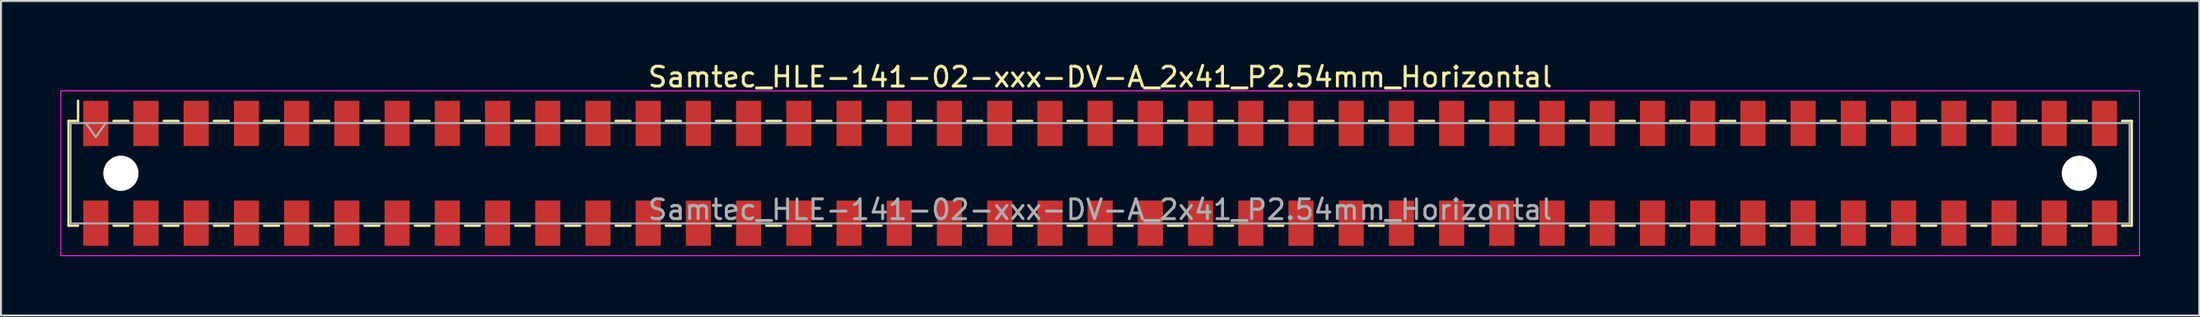
<source format=kicad_pcb>
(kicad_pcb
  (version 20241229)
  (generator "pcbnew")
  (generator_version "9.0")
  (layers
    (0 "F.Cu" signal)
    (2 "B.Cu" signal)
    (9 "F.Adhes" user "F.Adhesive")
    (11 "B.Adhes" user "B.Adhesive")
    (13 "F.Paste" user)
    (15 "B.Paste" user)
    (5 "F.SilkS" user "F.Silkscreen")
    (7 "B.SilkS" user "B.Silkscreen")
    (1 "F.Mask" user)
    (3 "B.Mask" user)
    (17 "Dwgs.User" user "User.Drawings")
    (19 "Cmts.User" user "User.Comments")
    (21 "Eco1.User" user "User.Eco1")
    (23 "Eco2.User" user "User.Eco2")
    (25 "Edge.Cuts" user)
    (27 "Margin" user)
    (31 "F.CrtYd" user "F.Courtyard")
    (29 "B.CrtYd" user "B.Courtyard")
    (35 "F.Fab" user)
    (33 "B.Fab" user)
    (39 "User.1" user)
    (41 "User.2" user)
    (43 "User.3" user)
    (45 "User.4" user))
  (footprint "Samtec_HLE-141-02-xxx-DV-A_2x41_P2.54mm_Horizontal"
    (layer "F.Cu")
    (at 52.595 5.718)
    (property "Reference" "Samtec_HLE-141-02-xxx-DV-A_2x41_P2.54mm_Horizontal" (at 0 -4.87 0) (layer "F.SilkS") (effects (font (size 1 1) (thickness 0.15))))
    (attr smd)
    (fp_line (start -52.18 -2.65) (end -52.18 2.65) (stroke (width 0.12) (type solid)) (layer "F.SilkS"))
    (fp_line (start -52.18 2.65) (end -51.695 2.65) (stroke (width 0.12) (type solid)) (layer "F.SilkS"))
    (fp_line (start -51.695 -3.67) (end -51.695 -2.65) (stroke (width 0.12) (type solid)) (layer "F.SilkS"))
    (fp_line (start -51.695 -2.65) (end -52.18 -2.65) (stroke (width 0.12) (type solid)) (layer "F.SilkS"))
    (fp_line (start -49.905 -2.65) (end -49.155 -2.65) (stroke (width 0.12) (type solid)) (layer "F.SilkS"))
    (fp_line (start -49.905 2.65) (end -49.155 2.65) (stroke (width 0.12) (type solid)) (layer "F.SilkS"))
    (fp_line (start -47.365 -2.65) (end -46.615 -2.65) (stroke (width 0.12) (type solid)) (layer "F.SilkS"))
    (fp_line (start -47.365 2.65) (end -46.615 2.65) (stroke (width 0.12) (type solid)) (layer "F.SilkS"))
    (fp_line (start -44.825 -2.65) (end -44.075 -2.65) (stroke (width 0.12) (type solid)) (layer "F.SilkS"))
    (fp_line (start -44.825 2.65) (end -44.075 2.65) (stroke (width 0.12) (type solid)) (layer "F.SilkS"))
    (fp_line (start -42.285 -2.65) (end -41.535 -2.65) (stroke (width 0.12) (type solid)) (layer "F.SilkS"))
    (fp_line (start -42.285 2.65) (end -41.535 2.65) (stroke (width 0.12) (type solid)) (layer "F.SilkS"))
    (fp_line (start -39.745 -2.65) (end -38.995 -2.65) (stroke (width 0.12) (type solid)) (layer "F.SilkS"))
    (fp_line (start -39.745 2.65) (end -38.995 2.65) (stroke (width 0.12) (type solid)) (layer "F.SilkS"))
    (fp_line (start -37.205 -2.65) (end -36.455 -2.65) (stroke (width 0.12) (type solid)) (layer "F.SilkS"))
    (fp_line (start -37.205 2.65) (end -36.455 2.65) (stroke (width 0.12) (type solid)) (layer "F.SilkS"))
    (fp_line (start -34.665 -2.65) (end -33.915 -2.65) (stroke (width 0.12) (type solid)) (layer "F.SilkS"))
    (fp_line (start -34.665 2.65) (end -33.915 2.65) (stroke (width 0.12) (type solid)) (layer "F.SilkS"))
    (fp_line (start -32.125 -2.65) (end -31.375 -2.65) (stroke (width 0.12) (type solid)) (layer "F.SilkS"))
    (fp_line (start -32.125 2.65) (end -31.375 2.65) (stroke (width 0.12) (type solid)) (layer "F.SilkS"))
    (fp_line (start -29.585 -2.65) (end -28.835 -2.65) (stroke (width 0.12) (type solid)) (layer "F.SilkS"))
    (fp_line (start -29.585 2.65) (end -28.835 2.65) (stroke (width 0.12) (type solid)) (layer "F.SilkS"))
    (fp_line (start -27.045 -2.65) (end -26.295 -2.65) (stroke (width 0.12) (type solid)) (layer "F.SilkS"))
    (fp_line (start -27.045 2.65) (end -26.295 2.65) (stroke (width 0.12) (type solid)) (layer "F.SilkS"))
    (fp_line (start -24.505 -2.65) (end -23.755 -2.65) (stroke (width 0.12) (type solid)) (layer "F.SilkS"))
    (fp_line (start -24.505 2.65) (end -23.755 2.65) (stroke (width 0.12) (type solid)) (layer "F.SilkS"))
    (fp_line (start -21.965 -2.65) (end -21.215 -2.65) (stroke (width 0.12) (type solid)) (layer "F.SilkS"))
    (fp_line (start -21.965 2.65) (end -21.215 2.65) (stroke (width 0.12) (type solid)) (layer "F.SilkS"))
    (fp_line (start -19.425 -2.65) (end -18.675 -2.65) (stroke (width 0.12) (type solid)) (layer "F.SilkS"))
    (fp_line (start -19.425 2.65) (end -18.675 2.65) (stroke (width 0.12) (type solid)) (layer "F.SilkS"))
    (fp_line (start -16.885 -2.65) (end -16.135 -2.65) (stroke (width 0.12) (type solid)) (layer "F.SilkS"))
    (fp_line (start -16.885 2.65) (end -16.135 2.65) (stroke (width 0.12) (type solid)) (layer "F.SilkS"))
    (fp_line (start -14.345 -2.65) (end -13.595 -2.65) (stroke (width 0.12) (type solid)) (layer "F.SilkS"))
    (fp_line (start -14.345 2.65) (end -13.595 2.65) (stroke (width 0.12) (type solid)) (layer "F.SilkS"))
    (fp_line (start -11.805 -2.65) (end -11.055 -2.65) (stroke (width 0.12) (type solid)) (layer "F.SilkS"))
    (fp_line (start -11.805 2.65) (end -11.055 2.65) (stroke (width 0.12) (type solid)) (layer "F.SilkS"))
    (fp_line (start -9.265 -2.65) (end -8.515 -2.65) (stroke (width 0.12) (type solid)) (layer "F.SilkS"))
    (fp_line (start -9.265 2.65) (end -8.515 2.65) (stroke (width 0.12) (type solid)) (layer "F.SilkS"))
    (fp_line (start -6.725 -2.65) (end -5.975 -2.65) (stroke (width 0.12) (type solid)) (layer "F.SilkS"))
    (fp_line (start -6.725 2.65) (end -5.975 2.65) (stroke (width 0.12) (type solid)) (layer "F.SilkS"))
    (fp_line (start -4.185 -2.65) (end -3.435 -2.65) (stroke (width 0.12) (type solid)) (layer "F.SilkS"))
    (fp_line (start -4.185 2.65) (end -3.435 2.65) (stroke (width 0.12) (type solid)) (layer "F.SilkS"))
    (fp_line (start -1.645 -2.65) (end -0.895 -2.65) (stroke (width 0.12) (type solid)) (layer "F.SilkS"))
    (fp_line (start -1.645 2.65) (end -0.895 2.65) (stroke (width 0.12) (type solid)) (layer "F.SilkS"))
    (fp_line (start 0.895 -2.65) (end 1.645 -2.65) (stroke (width 0.12) (type solid)) (layer "F.SilkS"))
    (fp_line (start 0.895 2.65) (end 1.645 2.65) (stroke (width 0.12) (type solid)) (layer "F.SilkS"))
    (fp_line (start 3.435 -2.65) (end 4.185 -2.65) (stroke (width 0.12) (type solid)) (layer "F.SilkS"))
    (fp_line (start 3.435 2.65) (end 4.185 2.65) (stroke (width 0.12) (type solid)) (layer "F.SilkS"))
    (fp_line (start 5.975 -2.65) (end 6.725 -2.65) (stroke (width 0.12) (type solid)) (layer "F.SilkS"))
    (fp_line (start 5.975 2.65) (end 6.725 2.65) (stroke (width 0.12) (type solid)) (layer "F.SilkS"))
    (fp_line (start 8.515 -2.65) (end 9.265 -2.65) (stroke (width 0.12) (type solid)) (layer "F.SilkS"))
    (fp_line (start 8.515 2.65) (end 9.265 2.65) (stroke (width 0.12) (type solid)) (layer "F.SilkS"))
    (fp_line (start 11.055 -2.65) (end 11.805 -2.65) (stroke (width 0.12) (type solid)) (layer "F.SilkS"))
    (fp_line (start 11.055 2.65) (end 11.805 2.65) (stroke (width 0.12) (type solid)) (layer "F.SilkS"))
    (fp_line (start 13.595 -2.65) (end 14.345 -2.65) (stroke (width 0.12) (type solid)) (layer "F.SilkS"))
    (fp_line (start 13.595 2.65) (end 14.345 2.65) (stroke (width 0.12) (type solid)) (layer "F.SilkS"))
    (fp_line (start 16.135 -2.65) (end 16.885 -2.65) (stroke (width 0.12) (type solid)) (layer "F.SilkS"))
    (fp_line (start 16.135 2.65) (end 16.885 2.65) (stroke (width 0.12) (type solid)) (layer "F.SilkS"))
    (fp_line (start 18.675 -2.65) (end 19.425 -2.65) (stroke (width 0.12) (type solid)) (layer "F.SilkS"))
    (fp_line (start 18.675 2.65) (end 19.425 2.65) (stroke (width 0.12) (type solid)) (layer "F.SilkS"))
    (fp_line (start 21.215 -2.65) (end 21.965 -2.65) (stroke (width 0.12) (type solid)) (layer "F.SilkS"))
    (fp_line (start 21.215 2.65) (end 21.965 2.65) (stroke (width 0.12) (type solid)) (layer "F.SilkS"))
    (fp_line (start 23.755 -2.65) (end 24.505 -2.65) (stroke (width 0.12) (type solid)) (layer "F.SilkS"))
    (fp_line (start 23.755 2.65) (end 24.505 2.65) (stroke (width 0.12) (type solid)) (layer "F.SilkS"))
    (fp_line (start 26.295 -2.65) (end 27.045 -2.65) (stroke (width 0.12) (type solid)) (layer "F.SilkS"))
    (fp_line (start 26.295 2.65) (end 27.045 2.65) (stroke (width 0.12) (type solid)) (layer "F.SilkS"))
    (fp_line (start 28.835 -2.65) (end 29.585 -2.65) (stroke (width 0.12) (type solid)) (layer "F.SilkS"))
    (fp_line (start 28.835 2.65) (end 29.585 2.65) (stroke (width 0.12) (type solid)) (layer "F.SilkS"))
    (fp_line (start 31.375 -2.65) (end 32.125 -2.65) (stroke (width 0.12) (type solid)) (layer "F.SilkS"))
    (fp_line (start 31.375 2.65) (end 32.125 2.65) (stroke (width 0.12) (type solid)) (layer "F.SilkS"))
    (fp_line (start 33.915 -2.65) (end 34.665 -2.65) (stroke (width 0.12) (type solid)) (layer "F.SilkS"))
    (fp_line (start 33.915 2.65) (end 34.665 2.65) (stroke (width 0.12) (type solid)) (layer "F.SilkS"))
    (fp_line (start 36.455 -2.65) (end 37.205 -2.65) (stroke (width 0.12) (type solid)) (layer "F.SilkS"))
    (fp_line (start 36.455 2.65) (end 37.205 2.65) (stroke (width 0.12) (type solid)) (layer "F.SilkS"))
    (fp_line (start 38.995 -2.65) (end 39.745 -2.65) (stroke (width 0.12) (type solid)) (layer "F.SilkS"))
    (fp_line (start 38.995 2.65) (end 39.745 2.65) (stroke (width 0.12) (type solid)) (layer "F.SilkS"))
    (fp_line (start 41.535 -2.65) (end 42.285 -2.65) (stroke (width 0.12) (type solid)) (layer "F.SilkS"))
    (fp_line (start 41.535 2.65) (end 42.285 2.65) (stroke (width 0.12) (type solid)) (layer "F.SilkS"))
    (fp_line (start 44.075 -2.65) (end 44.825 -2.65) (stroke (width 0.12) (type solid)) (layer "F.SilkS"))
    (fp_line (start 44.075 2.65) (end 44.825 2.65) (stroke (width 0.12) (type solid)) (layer "F.SilkS"))
    (fp_line (start 46.615 -2.65) (end 47.365 -2.65) (stroke (width 0.12) (type solid)) (layer "F.SilkS"))
    (fp_line (start 46.615 2.65) (end 47.365 2.65) (stroke (width 0.12) (type solid)) (layer "F.SilkS"))
    (fp_line (start 49.155 -2.65) (end 49.905 -2.65) (stroke (width 0.12) (type solid)) (layer "F.SilkS"))
    (fp_line (start 49.155 2.65) (end 49.905 2.65) (stroke (width 0.12) (type solid)) (layer "F.SilkS"))
    (fp_line (start 51.695 -2.65) (end 52.18 -2.65) (stroke (width 0.12) (type solid)) (layer "F.SilkS"))
    (fp_line (start 52.18 -2.65) (end 52.18 2.65) (stroke (width 0.12) (type solid)) (layer "F.SilkS"))
    (fp_line (start 52.18 2.65) (end 51.695 2.65) (stroke (width 0.12) (type solid)) (layer "F.SilkS"))
    (fp_line (start -52.57 -4.17) (end 52.57 -4.17) (stroke (width 0.05) (type solid)) (layer "F.CrtYd"))
    (fp_line (start -52.57 4.17) (end -52.57 -4.17) (stroke (width 0.05) (type solid)) (layer "F.CrtYd"))
    (fp_line (start 52.57 -4.17) (end 52.57 4.17) (stroke (width 0.05) (type solid)) (layer "F.CrtYd"))
    (fp_line (start 52.57 4.17) (end -52.57 4.17) (stroke (width 0.05) (type solid)) (layer "F.CrtYd"))
    (fp_line (start -52.07 -2.54) (end 52.07 -2.54) (stroke (width 0.1) (type solid)) (layer "F.Fab"))
    (fp_line (start -52.07 2.54) (end -52.07 -2.54) (stroke (width 0.1) (type solid)) (layer "F.Fab"))
    (fp_line (start -51.3 -2.54) (end -50.8 -1.833) (stroke (width 0.1) (type solid)) (layer "F.Fab"))
    (fp_line (start -50.8 -1.833) (end -50.3 -2.54) (stroke (width 0.1) (type solid)) (layer "F.Fab"))
    (fp_line (start 52.07 -2.54) (end 52.07 2.54) (stroke (width 0.1) (type solid)) (layer "F.Fab"))
    (fp_line (start 52.07 2.54) (end -52.07 2.54) (stroke (width 0.1) (type solid)) (layer "F.Fab"))
    (fp_text user "${REFERENCE}" (at 0 1.84 0) (layer "F.Fab") (effects (font (size 1 1) (thickness 0.15))))
    (pad "" np_thru_hole circle (at -49.53 0) (size 1.78 1.78) (drill 1.78) (layers "*.Cu" "*.Mask"))
    (pad "" np_thru_hole circle (at 49.53 0) (size 1.78 1.78) (drill 1.78) (layers "*.Cu" "*.Mask"))
    (pad "1" smd rect (at -50.8 -2.525) (size 1.27 2.29) (layers "F.Cu" "F.Mask" "F.Paste"))
    (pad "2" smd rect (at -50.8 2.525) (size 1.27 2.29) (layers "F.Cu" "F.Mask" "F.Paste"))
    (pad "3" smd rect (at -48.26 -2.525) (size 1.27 2.29) (layers "F.Cu" "F.Mask" "F.Paste"))
    (pad "4" smd rect (at -48.26 2.525) (size 1.27 2.29) (layers "F.Cu" "F.Mask" "F.Paste"))
    (pad "5" smd rect (at -45.72 -2.525) (size 1.27 2.29) (layers "F.Cu" "F.Mask" "F.Paste"))
    (pad "6" smd rect (at -45.72 2.525) (size 1.27 2.29) (layers "F.Cu" "F.Mask" "F.Paste"))
    (pad "7" smd rect (at -43.18 -2.525) (size 1.27 2.29) (layers "F.Cu" "F.Mask" "F.Paste"))
    (pad "8" smd rect (at -43.18 2.525) (size 1.27 2.29) (layers "F.Cu" "F.Mask" "F.Paste"))
    (pad "9" smd rect (at -40.64 -2.525) (size 1.27 2.29) (layers "F.Cu" "F.Mask" "F.Paste"))
    (pad "10" smd rect (at -40.64 2.525) (size 1.27 2.29) (layers "F.Cu" "F.Mask" "F.Paste"))
    (pad "11" smd rect (at -38.1 -2.525) (size 1.27 2.29) (layers "F.Cu" "F.Mask" "F.Paste"))
    (pad "12" smd rect (at -38.1 2.525) (size 1.27 2.29) (layers "F.Cu" "F.Mask" "F.Paste"))
    (pad "13" smd rect (at -35.56 -2.525) (size 1.27 2.29) (layers "F.Cu" "F.Mask" "F.Paste"))
    (pad "14" smd rect (at -35.56 2.525) (size 1.27 2.29) (layers "F.Cu" "F.Mask" "F.Paste"))
    (pad "15" smd rect (at -33.02 -2.525) (size 1.27 2.29) (layers "F.Cu" "F.Mask" "F.Paste"))
    (pad "16" smd rect (at -33.02 2.525) (size 1.27 2.29) (layers "F.Cu" "F.Mask" "F.Paste"))
    (pad "17" smd rect (at -30.48 -2.525) (size 1.27 2.29) (layers "F.Cu" "F.Mask" "F.Paste"))
    (pad "18" smd rect (at -30.48 2.525) (size 1.27 2.29) (layers "F.Cu" "F.Mask" "F.Paste"))
    (pad "19" smd rect (at -27.94 -2.525) (size 1.27 2.29) (layers "F.Cu" "F.Mask" "F.Paste"))
    (pad "20" smd rect (at -27.94 2.525) (size 1.27 2.29) (layers "F.Cu" "F.Mask" "F.Paste"))
    (pad "21" smd rect (at -25.4 -2.525) (size 1.27 2.29) (layers "F.Cu" "F.Mask" "F.Paste"))
    (pad "22" smd rect (at -25.4 2.525) (size 1.27 2.29) (layers "F.Cu" "F.Mask" "F.Paste"))
    (pad "23" smd rect (at -22.86 -2.525) (size 1.27 2.29) (layers "F.Cu" "F.Mask" "F.Paste"))
    (pad "24" smd rect (at -22.86 2.525) (size 1.27 2.29) (layers "F.Cu" "F.Mask" "F.Paste"))
    (pad "25" smd rect (at -20.32 -2.525) (size 1.27 2.29) (layers "F.Cu" "F.Mask" "F.Paste"))
    (pad "26" smd rect (at -20.32 2.525) (size 1.27 2.29) (layers "F.Cu" "F.Mask" "F.Paste"))
    (pad "27" smd rect (at -17.78 -2.525) (size 1.27 2.29) (layers "F.Cu" "F.Mask" "F.Paste"))
    (pad "28" smd rect (at -17.78 2.525) (size 1.27 2.29) (layers "F.Cu" "F.Mask" "F.Paste"))
    (pad "29" smd rect (at -15.24 -2.525) (size 1.27 2.29) (layers "F.Cu" "F.Mask" "F.Paste"))
    (pad "30" smd rect (at -15.24 2.525) (size 1.27 2.29) (layers "F.Cu" "F.Mask" "F.Paste"))
    (pad "31" smd rect (at -12.7 -2.525) (size 1.27 2.29) (layers "F.Cu" "F.Mask" "F.Paste"))
    (pad "32" smd rect (at -12.7 2.525) (size 1.27 2.29) (layers "F.Cu" "F.Mask" "F.Paste"))
    (pad "33" smd rect (at -10.16 -2.525) (size 1.27 2.29) (layers "F.Cu" "F.Mask" "F.Paste"))
    (pad "34" smd rect (at -10.16 2.525) (size 1.27 2.29) (layers "F.Cu" "F.Mask" "F.Paste"))
    (pad "35" smd rect (at -7.62 -2.525) (size 1.27 2.29) (layers "F.Cu" "F.Mask" "F.Paste"))
    (pad "36" smd rect (at -7.62 2.525) (size 1.27 2.29) (layers "F.Cu" "F.Mask" "F.Paste"))
    (pad "37" smd rect (at -5.08 -2.525) (size 1.27 2.29) (layers "F.Cu" "F.Mask" "F.Paste"))
    (pad "38" smd rect (at -5.08 2.525) (size 1.27 2.29) (layers "F.Cu" "F.Mask" "F.Paste"))
    (pad "39" smd rect (at -2.54 -2.525) (size 1.27 2.29) (layers "F.Cu" "F.Mask" "F.Paste"))
    (pad "40" smd rect (at -2.54 2.525) (size 1.27 2.29) (layers "F.Cu" "F.Mask" "F.Paste"))
    (pad "41" smd rect (at 0 -2.525) (size 1.27 2.29) (layers "F.Cu" "F.Mask" "F.Paste"))
    (pad "42" smd rect (at 0 2.525) (size 1.27 2.29) (layers "F.Cu" "F.Mask" "F.Paste"))
    (pad "43" smd rect (at 2.54 -2.525) (size 1.27 2.29) (layers "F.Cu" "F.Mask" "F.Paste"))
    (pad "44" smd rect (at 2.54 2.525) (size 1.27 2.29) (layers "F.Cu" "F.Mask" "F.Paste"))
    (pad "45" smd rect (at 5.08 -2.525) (size 1.27 2.29) (layers "F.Cu" "F.Mask" "F.Paste"))
    (pad "46" smd rect (at 5.08 2.525) (size 1.27 2.29) (layers "F.Cu" "F.Mask" "F.Paste"))
    (pad "47" smd rect (at 7.62 -2.525) (size 1.27 2.29) (layers "F.Cu" "F.Mask" "F.Paste"))
    (pad "48" smd rect (at 7.62 2.525) (size 1.27 2.29) (layers "F.Cu" "F.Mask" "F.Paste"))
    (pad "49" smd rect (at 10.16 -2.525) (size 1.27 2.29) (layers "F.Cu" "F.Mask" "F.Paste"))
    (pad "50" smd rect (at 10.16 2.525) (size 1.27 2.29) (layers "F.Cu" "F.Mask" "F.Paste"))
    (pad "51" smd rect (at 12.7 -2.525) (size 1.27 2.29) (layers "F.Cu" "F.Mask" "F.Paste"))
    (pad "52" smd rect (at 12.7 2.525) (size 1.27 2.29) (layers "F.Cu" "F.Mask" "F.Paste"))
    (pad "53" smd rect (at 15.24 -2.525) (size 1.27 2.29) (layers "F.Cu" "F.Mask" "F.Paste"))
    (pad "54" smd rect (at 15.24 2.525) (size 1.27 2.29) (layers "F.Cu" "F.Mask" "F.Paste"))
    (pad "55" smd rect (at 17.78 -2.525) (size 1.27 2.29) (layers "F.Cu" "F.Mask" "F.Paste"))
    (pad "56" smd rect (at 17.78 2.525) (size 1.27 2.29) (layers "F.Cu" "F.Mask" "F.Paste"))
    (pad "57" smd rect (at 20.32 -2.525) (size 1.27 2.29) (layers "F.Cu" "F.Mask" "F.Paste"))
    (pad "58" smd rect (at 20.32 2.525) (size 1.27 2.29) (layers "F.Cu" "F.Mask" "F.Paste"))
    (pad "59" smd rect (at 22.86 -2.525) (size 1.27 2.29) (layers "F.Cu" "F.Mask" "F.Paste"))
    (pad "60" smd rect (at 22.86 2.525) (size 1.27 2.29) (layers "F.Cu" "F.Mask" "F.Paste"))
    (pad "61" smd rect (at 25.4 -2.525) (size 1.27 2.29) (layers "F.Cu" "F.Mask" "F.Paste"))
    (pad "62" smd rect (at 25.4 2.525) (size 1.27 2.29) (layers "F.Cu" "F.Mask" "F.Paste"))
    (pad "63" smd rect (at 27.94 -2.525) (size 1.27 2.29) (layers "F.Cu" "F.Mask" "F.Paste"))
    (pad "64" smd rect (at 27.94 2.525) (size 1.27 2.29) (layers "F.Cu" "F.Mask" "F.Paste"))
    (pad "65" smd rect (at 30.48 -2.525) (size 1.27 2.29) (layers "F.Cu" "F.Mask" "F.Paste"))
    (pad "66" smd rect (at 30.48 2.525) (size 1.27 2.29) (layers "F.Cu" "F.Mask" "F.Paste"))
    (pad "67" smd rect (at 33.02 -2.525) (size 1.27 2.29) (layers "F.Cu" "F.Mask" "F.Paste"))
    (pad "68" smd rect (at 33.02 2.525) (size 1.27 2.29) (layers "F.Cu" "F.Mask" "F.Paste"))
    (pad "69" smd rect (at 35.56 -2.525) (size 1.27 2.29) (layers "F.Cu" "F.Mask" "F.Paste"))
    (pad "70" smd rect (at 35.56 2.525) (size 1.27 2.29) (layers "F.Cu" "F.Mask" "F.Paste"))
    (pad "71" smd rect (at 38.1 -2.525) (size 1.27 2.29) (layers "F.Cu" "F.Mask" "F.Paste"))
    (pad "72" smd rect (at 38.1 2.525) (size 1.27 2.29) (layers "F.Cu" "F.Mask" "F.Paste"))
    (pad "73" smd rect (at 40.64 -2.525) (size 1.27 2.29) (layers "F.Cu" "F.Mask" "F.Paste"))
    (pad "74" smd rect (at 40.64 2.525) (size 1.27 2.29) (layers "F.Cu" "F.Mask" "F.Paste"))
    (pad "75" smd rect (at 43.18 -2.525) (size 1.27 2.29) (layers "F.Cu" "F.Mask" "F.Paste"))
    (pad "76" smd rect (at 43.18 2.525) (size 1.27 2.29) (layers "F.Cu" "F.Mask" "F.Paste"))
    (pad "77" smd rect (at 45.72 -2.525) (size 1.27 2.29) (layers "F.Cu" "F.Mask" "F.Paste"))
    (pad "78" smd rect (at 45.72 2.525) (size 1.27 2.29) (layers "F.Cu" "F.Mask" "F.Paste"))
    (pad "79" smd rect (at 48.26 -2.525) (size 1.27 2.29) (layers "F.Cu" "F.Mask" "F.Paste"))
    (pad "80" smd rect (at 48.26 2.525) (size 1.27 2.29) (layers "F.Cu" "F.Mask" "F.Paste"))
    (pad "81" smd rect (at 50.8 -2.525) (size 1.27 2.29) (layers "F.Cu" "F.Mask" "F.Paste"))
    (pad "82" smd rect (at 50.8 2.525) (size 1.27 2.29) (layers "F.Cu" "F.Mask" "F.Paste")))
  (gr_rect
    (start -3 -3)
    (end 108.19 12.913)
    (stroke (width 0.1) (type default))
    (fill no)
    (layer "Edge.Cuts")))
</source>
